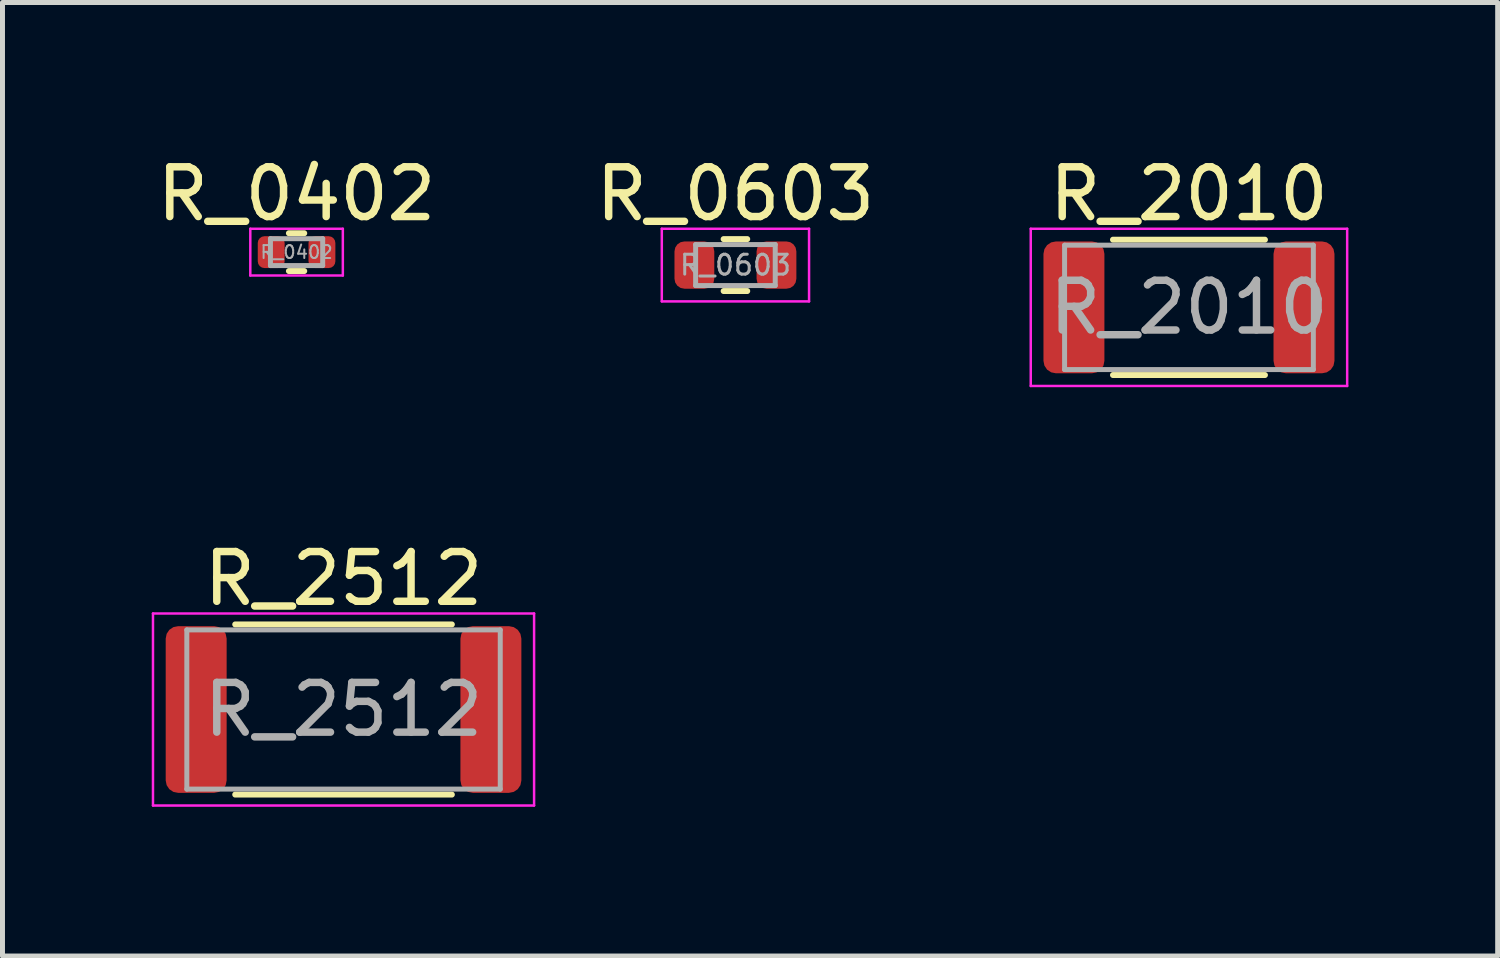
<source format=kicad_pcb>
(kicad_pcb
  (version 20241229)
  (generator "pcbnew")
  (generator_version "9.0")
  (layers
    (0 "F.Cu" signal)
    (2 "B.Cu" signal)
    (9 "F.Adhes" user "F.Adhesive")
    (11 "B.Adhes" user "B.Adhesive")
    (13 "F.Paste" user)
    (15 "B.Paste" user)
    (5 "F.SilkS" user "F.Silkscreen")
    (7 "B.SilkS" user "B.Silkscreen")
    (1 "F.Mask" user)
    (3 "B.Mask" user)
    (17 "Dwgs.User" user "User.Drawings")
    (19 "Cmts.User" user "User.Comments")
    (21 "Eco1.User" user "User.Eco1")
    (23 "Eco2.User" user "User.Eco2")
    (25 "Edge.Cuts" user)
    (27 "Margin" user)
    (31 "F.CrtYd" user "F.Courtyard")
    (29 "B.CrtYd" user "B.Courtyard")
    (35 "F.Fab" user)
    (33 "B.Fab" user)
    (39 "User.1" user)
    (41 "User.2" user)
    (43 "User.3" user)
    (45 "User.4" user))
  (footprint "R_0402"
    (layer "F.Cu")
    (at 2.911 2.018)
    (property "Reference" "R_0402" (at 0 -1.17 0) (layer "F.SilkS") (effects (font (size 1 1) (thickness 0.15))))
    (attr smd)
    (fp_line (start -0.154 -0.38) (end 0.154 -0.38) (stroke (width 0.12) (type solid)) (layer "F.SilkS"))
    (fp_line (start -0.154 0.38) (end 0.154 0.38) (stroke (width 0.12) (type solid)) (layer "F.SilkS"))
    (fp_line (start -0.93 -0.47) (end 0.93 -0.47) (stroke (width 0.05) (type solid)) (layer "F.CrtYd"))
    (fp_line (start -0.93 0.47) (end -0.93 -0.47) (stroke (width 0.05) (type solid)) (layer "F.CrtYd"))
    (fp_line (start 0.93 -0.47) (end 0.93 0.47) (stroke (width 0.05) (type solid)) (layer "F.CrtYd"))
    (fp_line (start 0.93 0.47) (end -0.93 0.47) (stroke (width 0.05) (type solid)) (layer "F.CrtYd"))
    (fp_line (start -0.525 -0.27) (end 0.525 -0.27) (stroke (width 0.1) (type solid)) (layer "F.Fab"))
    (fp_line (start -0.525 0.27) (end -0.525 -0.27) (stroke (width 0.1) (type solid)) (layer "F.Fab"))
    (fp_line (start 0.525 -0.27) (end 0.525 0.27) (stroke (width 0.1) (type solid)) (layer "F.Fab"))
    (fp_line (start 0.525 0.27) (end -0.525 0.27) (stroke (width 0.1) (type solid)) (layer "F.Fab"))
    (fp_text user "${REFERENCE}" (at 0 0 0) (layer "F.Fab") (effects (font (size 0.26 0.26) (thickness 0.04))))
    (pad "1" smd roundrect (at -0.51 0) (size 0.54 0.64) (layers "F.Cu" "F.Mask" "F.Paste") (roundrect_rratio 0.25))
    (pad "2" smd roundrect (at 0.51 0) (size 0.54 0.64) (layers "F.Cu" "F.Mask" "F.Paste") (roundrect_rratio 0.25)))
  (footprint "R_2010"
    (layer "F.Cu")
    (at 20.848 3.128)
    (property "Reference" "R_2010" (at 0 -2.28 0) (layer "F.SilkS") (effects (font (size 1 1) (thickness 0.15))))
    (attr smd)
    (fp_line (start -1.527 -1.36) (end 1.527 -1.36) (stroke (width 0.12) (type solid)) (layer "F.SilkS"))
    (fp_line (start -1.527 1.36) (end 1.527 1.36) (stroke (width 0.12) (type solid)) (layer "F.SilkS"))
    (fp_line (start -3.18 -1.58) (end 3.18 -1.58) (stroke (width 0.05) (type solid)) (layer "F.CrtYd"))
    (fp_line (start -3.18 1.58) (end -3.18 -1.58) (stroke (width 0.05) (type solid)) (layer "F.CrtYd"))
    (fp_line (start 3.18 -1.58) (end 3.18 1.58) (stroke (width 0.05) (type solid)) (layer "F.CrtYd"))
    (fp_line (start 3.18 1.58) (end -3.18 1.58) (stroke (width 0.05) (type solid)) (layer "F.CrtYd"))
    (fp_line (start -2.5 -1.25) (end 2.5 -1.25) (stroke (width 0.1) (type solid)) (layer "F.Fab"))
    (fp_line (start -2.5 1.25) (end -2.5 -1.25) (stroke (width 0.1) (type solid)) (layer "F.Fab"))
    (fp_line (start 2.5 -1.25) (end 2.5 1.25) (stroke (width 0.1) (type solid)) (layer "F.Fab"))
    (fp_line (start 2.5 1.25) (end -2.5 1.25) (stroke (width 0.1) (type solid)) (layer "F.Fab"))
    (fp_text user "${REFERENCE}" (at 0 0 0) (layer "F.Fab") (effects (font (size 1 1) (thickness 0.15))))
    (pad "1" smd roundrect (at -2.312 0) (size 1.225 2.65) (layers "F.Cu" "F.Mask" "F.Paste") (roundrect_rratio 0.204))
    (pad "2" smd roundrect (at 2.312 0) (size 1.225 2.65) (layers "F.Cu" "F.Mask" "F.Paste") (roundrect_rratio 0.204)))
  (footprint "R_0603"
    (layer "F.Cu")
    (at 11.732 2.278)
    (property "Reference" "R_0603" (at 0 -1.43 0) (layer "F.SilkS") (effects (font (size 1 1) (thickness 0.15))))
    (attr smd)
    (fp_line (start -0.237 -0.522) (end 0.237 -0.522) (stroke (width 0.12) (type solid)) (layer "F.SilkS"))
    (fp_line (start -0.237 0.522) (end 0.237 0.522) (stroke (width 0.12) (type solid)) (layer "F.SilkS"))
    (fp_line (start -1.48 -0.73) (end 1.48 -0.73) (stroke (width 0.05) (type solid)) (layer "F.CrtYd"))
    (fp_line (start -1.48 0.73) (end -1.48 -0.73) (stroke (width 0.05) (type solid)) (layer "F.CrtYd"))
    (fp_line (start 1.48 -0.73) (end 1.48 0.73) (stroke (width 0.05) (type solid)) (layer "F.CrtYd"))
    (fp_line (start 1.48 0.73) (end -1.48 0.73) (stroke (width 0.05) (type solid)) (layer "F.CrtYd"))
    (fp_line (start -0.8 -0.412) (end 0.8 -0.412) (stroke (width 0.1) (type solid)) (layer "F.Fab"))
    (fp_line (start -0.8 0.412) (end -0.8 -0.412) (stroke (width 0.1) (type solid)) (layer "F.Fab"))
    (fp_line (start 0.8 -0.412) (end 0.8 0.412) (stroke (width 0.1) (type solid)) (layer "F.Fab"))
    (fp_line (start 0.8 0.412) (end -0.8 0.412) (stroke (width 0.1) (type solid)) (layer "F.Fab"))
    (fp_text user "${REFERENCE}" (at 0 0 0) (layer "F.Fab") (effects (font (size 0.4 0.4) (thickness 0.06))))
    (pad "1" smd roundrect (at -0.825 0) (size 0.8 0.95) (layers "F.Cu" "F.Mask" "F.Paste") (roundrect_rratio 0.25))
    (pad "2" smd roundrect (at 0.825 0) (size 0.8 0.95) (layers "F.Cu" "F.Mask" "F.Paste") (roundrect_rratio 0.25)))
  (footprint "R_2512"
    (layer "F.Cu")
    (at 3.855 11.211)
    (property "Reference" "R_2512" (at 0 -2.63 0) (layer "F.SilkS") (effects (font (size 1 1) (thickness 0.15))))
    (attr smd)
    (fp_line (start -2.177 -1.71) (end 2.177 -1.71) (stroke (width 0.12) (type solid)) (layer "F.SilkS"))
    (fp_line (start -2.177 1.71) (end 2.177 1.71) (stroke (width 0.12) (type solid)) (layer "F.SilkS"))
    (fp_line (start -3.83 -1.93) (end 3.83 -1.93) (stroke (width 0.05) (type solid)) (layer "F.CrtYd"))
    (fp_line (start -3.83 1.93) (end -3.83 -1.93) (stroke (width 0.05) (type solid)) (layer "F.CrtYd"))
    (fp_line (start 3.83 -1.93) (end 3.83 1.93) (stroke (width 0.05) (type solid)) (layer "F.CrtYd"))
    (fp_line (start 3.83 1.93) (end -3.83 1.93) (stroke (width 0.05) (type solid)) (layer "F.CrtYd"))
    (fp_line (start -3.15 -1.6) (end 3.15 -1.6) (stroke (width 0.1) (type solid)) (layer "F.Fab"))
    (fp_line (start -3.15 1.6) (end -3.15 -1.6) (stroke (width 0.1) (type solid)) (layer "F.Fab"))
    (fp_line (start 3.15 -1.6) (end 3.15 1.6) (stroke (width 0.1) (type solid)) (layer "F.Fab"))
    (fp_line (start 3.15 1.6) (end -3.15 1.6) (stroke (width 0.1) (type solid)) (layer "F.Fab"))
    (fp_text user "${REFERENCE}" (at 0 0 0) (layer "F.Fab") (effects (font (size 1 1) (thickness 0.15))))
    (pad "1" smd roundrect (at -2.962 0) (size 1.225 3.35) (layers "F.Cu" "F.Mask" "F.Paste") (roundrect_rratio 0.204))
    (pad "2" smd roundrect (at 2.962 0) (size 1.225 3.35) (layers "F.Cu" "F.Mask" "F.Paste") (roundrect_rratio 0.204)))
  (gr_rect
    (start -3 -3)
    (end 27.053 16.166)
    (stroke (width 0.1) (type default))
    (fill no)
    (layer "Edge.Cuts")))
</source>
